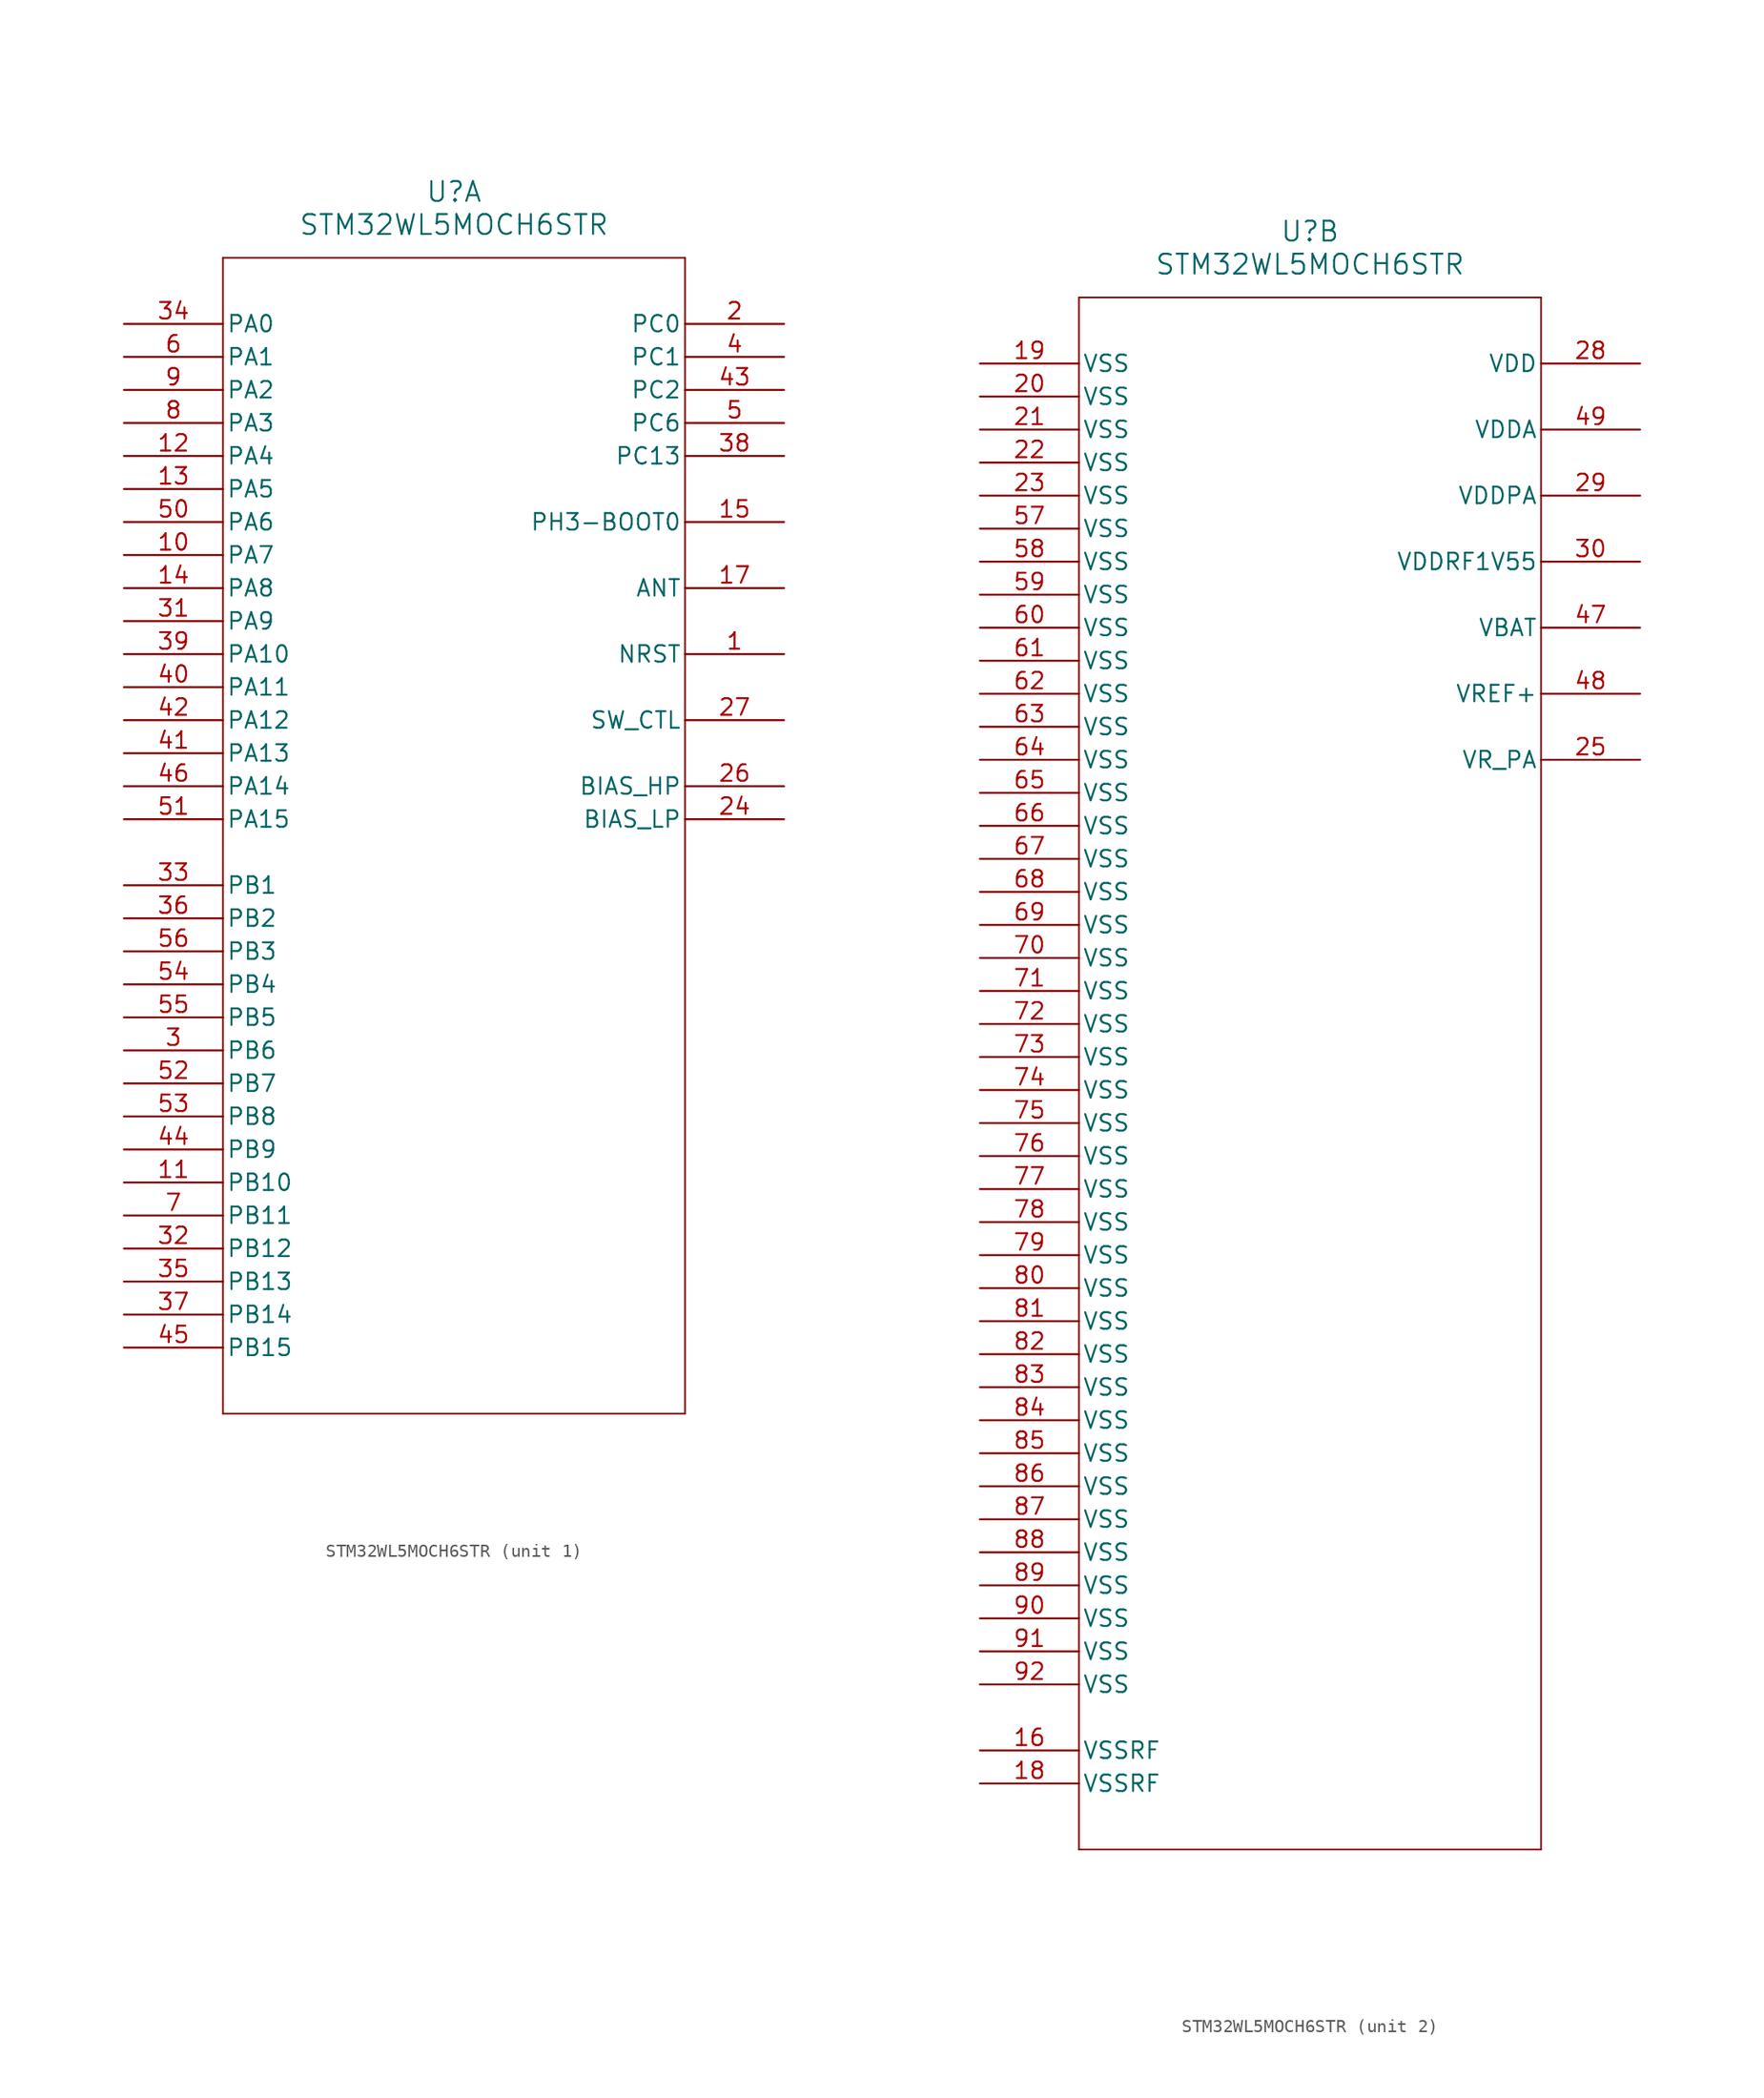
<source format=kicad_sym>
(kicad_symbol_lib
  (version 20211014)
  (generator kicad_symbol_editor)
  (symbol "STM32WL5MOCH6STR"
    (pin_names
      (offset 0.254))
    (property "Reference" "U"
      (at 25.4 10.16 0)
      (effects (font (size 1.524 1.524))))
    (property "Value" "STM32WL5MOCH6STR"
      (at 25.4 7.62 0)
      (effects (font (size 1.524 1.524))))
    (symbol "STM32WL5MOCH6STR_1_1"
      (polyline (pts (xy 7.62 5.08) (xy 7.62 -83.82)) (stroke (width 0.127) (type default) (color 0 0 0 0)) (fill (type none)))
      (polyline (pts (xy 7.62 -83.82) (xy 43.18 -83.82)) (stroke (width 0.127) (type default) (color 0 0 0 0)) (fill (type none)))
      (polyline (pts (xy 43.18 -83.82) (xy 43.18 5.08)) (stroke (width 0.127) (type default) (color 0 0 0 0)) (fill (type none)))
      (polyline (pts (xy 43.18 5.08) (xy 7.62 5.08)) (stroke (width 0.127) (type default) (color 0 0 0 0)) (fill (type none)))
      (pin bidirectional line (at 50.8 -25.4 180) (length 7.62) (name "NRST" (effects (font (size 1.27 1.27)))) (number "1" (effects (font (size 1.27 1.27)))))
      (pin bidirectional line (at 50.8 0 180) (length 7.62) (name "PC0" (effects (font (size 1.27 1.27)))) (number "2" (effects (font (size 1.27 1.27)))))
      (pin bidirectional line (at 0 -55.88 0) (length 7.62) (name "PB6" (effects (font (size 1.27 1.27)))) (number "3" (effects (font (size 1.27 1.27)))))
      (pin bidirectional line (at 50.8 -2.54 180) (length 7.62) (name "PC1" (effects (font (size 1.27 1.27)))) (number "4" (effects (font (size 1.27 1.27)))))
      (pin bidirectional line (at 50.8 -7.62 180) (length 7.62) (name "PC6" (effects (font (size 1.27 1.27)))) (number "5" (effects (font (size 1.27 1.27)))))
      (pin bidirectional line (at 0 -2.54 0) (length 7.62) (name "PA1" (effects (font (size 1.27 1.27)))) (number "6" (effects (font (size 1.27 1.27)))))
      (pin bidirectional line (at 0 -68.58 0) (length 7.62) (name "PB11" (effects (font (size 1.27 1.27)))) (number "7" (effects (font (size 1.27 1.27)))))
      (pin bidirectional line (at 0 -7.62 0) (length 7.62) (name "PA3" (effects (font (size 1.27 1.27)))) (number "8" (effects (font (size 1.27 1.27)))))
      (pin bidirectional line (at 0 -5.08 0) (length 7.62) (name "PA2" (effects (font (size 1.27 1.27)))) (number "9" (effects (font (size 1.27 1.27)))))
      (pin bidirectional line (at 0 -17.78 0) (length 7.62) (name "PA7" (effects (font (size 1.27 1.27)))) (number "10" (effects (font (size 1.27 1.27)))))
      (pin bidirectional line (at 0 -66.04 0) (length 7.62) (name "PB10" (effects (font (size 1.27 1.27)))) (number "11" (effects (font (size 1.27 1.27)))))
      (pin bidirectional line (at 0 -10.16 0) (length 7.62) (name "PA4" (effects (font (size 1.27 1.27)))) (number "12" (effects (font (size 1.27 1.27)))))
      (pin bidirectional line (at 0 -12.7 0) (length 7.62) (name "PA5" (effects (font (size 1.27 1.27)))) (number "13" (effects (font (size 1.27 1.27)))))
      (pin bidirectional line (at 0 -20.32 0) (length 7.62) (name "PA8" (effects (font (size 1.27 1.27)))) (number "14" (effects (font (size 1.27 1.27)))))
      (pin bidirectional line (at 50.8 -15.24 180) (length 7.62) (name "PH3-BOOT0" (effects (font (size 1.27 1.27)))) (number "15" (effects (font (size 1.27 1.27)))))
      (pin unspecified line (at 50.8 -20.32 180) (length 7.62) (name "ANT" (effects (font (size 1.27 1.27)))) (number "17" (effects (font (size 1.27 1.27)))))
      (pin bidirectional line (at 50.8 -38.1 180) (length 7.62) (name "BIAS_LP" (effects (font (size 1.27 1.27)))) (number "24" (effects (font (size 1.27 1.27)))))
      (pin bidirectional line (at 50.8 -35.56 180) (length 7.62) (name "BIAS_HP" (effects (font (size 1.27 1.27)))) (number "26" (effects (font (size 1.27 1.27)))))
      (pin bidirectional line (at 50.8 -30.48 180) (length 7.62) (name "SW_CTL" (effects (font (size 1.27 1.27)))) (number "27" (effects (font (size 1.27 1.27)))))
      (pin bidirectional line (at 0 -22.86 0) (length 7.62) (name "PA9" (effects (font (size 1.27 1.27)))) (number "31" (effects (font (size 1.27 1.27)))))
      (pin bidirectional line (at 0 -71.12 0) (length 7.62) (name "PB12" (effects (font (size 1.27 1.27)))) (number "32" (effects (font (size 1.27 1.27)))))
      (pin bidirectional line (at 0 -43.18 0) (length 7.62) (name "PB1" (effects (font (size 1.27 1.27)))) (number "33" (effects (font (size 1.27 1.27)))))
      (pin bidirectional line (at 0 0 0) (length 7.62) (name "PA0" (effects (font (size 1.27 1.27)))) (number "34" (effects (font (size 1.27 1.27)))))
      (pin bidirectional line (at 0 -73.66 0) (length 7.62) (name "PB13" (effects (font (size 1.27 1.27)))) (number "35" (effects (font (size 1.27 1.27)))))
      (pin bidirectional line (at 0 -45.72 0) (length 7.62) (name "PB2" (effects (font (size 1.27 1.27)))) (number "36" (effects (font (size 1.27 1.27)))))
      (pin bidirectional line (at 0 -76.2 0) (length 7.62) (name "PB14" (effects (font (size 1.27 1.27)))) (number "37" (effects (font (size 1.27 1.27)))))
      (pin bidirectional line (at 50.8 -10.16 180) (length 7.62) (name "PC13" (effects (font (size 1.27 1.27)))) (number "38" (effects (font (size 1.27 1.27)))))
      (pin bidirectional line (at 0 -25.4 0) (length 7.62) (name "PA10" (effects (font (size 1.27 1.27)))) (number "39" (effects (font (size 1.27 1.27)))))
      (pin bidirectional line (at 0 -27.94 0) (length 7.62) (name "PA11" (effects (font (size 1.27 1.27)))) (number "40" (effects (font (size 1.27 1.27)))))
      (pin bidirectional line (at 0 -33.02 0) (length 7.62) (name "PA13" (effects (font (size 1.27 1.27)))) (number "41" (effects (font (size 1.27 1.27)))))
      (pin bidirectional line (at 0 -30.48 0) (length 7.62) (name "PA12" (effects (font (size 1.27 1.27)))) (number "42" (effects (font (size 1.27 1.27)))))
      (pin bidirectional line (at 50.8 -5.08 180) (length 7.62) (name "PC2" (effects (font (size 1.27 1.27)))) (number "43" (effects (font (size 1.27 1.27)))))
      (pin bidirectional line (at 0 -63.5 0) (length 7.62) (name "PB9" (effects (font (size 1.27 1.27)))) (number "44" (effects (font (size 1.27 1.27)))))
      (pin bidirectional line (at 0 -78.74 0) (length 7.62) (name "PB15" (effects (font (size 1.27 1.27)))) (number "45" (effects (font (size 1.27 1.27)))))
      (pin bidirectional line (at 0 -35.56 0) (length 7.62) (name "PA14" (effects (font (size 1.27 1.27)))) (number "46" (effects (font (size 1.27 1.27)))))
      (pin bidirectional line (at 0 -15.24 0) (length 7.62) (name "PA6" (effects (font (size 1.27 1.27)))) (number "50" (effects (font (size 1.27 1.27)))))
      (pin bidirectional line (at 0 -38.1 0) (length 7.62) (name "PA15" (effects (font (size 1.27 1.27)))) (number "51" (effects (font (size 1.27 1.27)))))
      (pin bidirectional line (at 0 -58.42 0) (length 7.62) (name "PB7" (effects (font (size 1.27 1.27)))) (number "52" (effects (font (size 1.27 1.27)))))
      (pin bidirectional line (at 0 -60.96 0) (length 7.62) (name "PB8" (effects (font (size 1.27 1.27)))) (number "53" (effects (font (size 1.27 1.27)))))
      (pin bidirectional line (at 0 -50.8 0) (length 7.62) (name "PB4" (effects (font (size 1.27 1.27)))) (number "54" (effects (font (size 1.27 1.27)))))
      (pin bidirectional line (at 0 -53.34 0) (length 7.62) (name "PB5" (effects (font (size 1.27 1.27)))) (number "55" (effects (font (size 1.27 1.27)))))
      (pin bidirectional line (at 0 -48.26 0) (length 7.62) (name "PB3" (effects (font (size 1.27 1.27)))) (number "56" (effects (font (size 1.27 1.27))))))
    (symbol "STM32WL5MOCH6STR_2_1"
      (polyline (pts (xy 7.62 5.08) (xy 7.62 -114.3)) (stroke (width 0.127) (type default) (color 0 0 0 0)) (fill (type none)))
      (polyline (pts (xy 7.62 -114.3) (xy 43.18 -114.3)) (stroke (width 0.127) (type default) (color 0 0 0 0)) (fill (type none)))
      (polyline (pts (xy 43.18 -114.3) (xy 43.18 5.08)) (stroke (width 0.127) (type default) (color 0 0 0 0)) (fill (type none)))
      (polyline (pts (xy 43.18 5.08) (xy 7.62 5.08)) (stroke (width 0.127) (type default) (color 0 0 0 0)) (fill (type none)))
      (pin power_in line (at 0 -106.68 0) (length 7.62) (name "VSSRF" (effects (font (size 1.27 1.27)))) (number "16" (effects (font (size 1.27 1.27)))))
      (pin power_in line (at 0 -109.22 0) (length 7.62) (name "VSSRF" (effects (font (size 1.27 1.27)))) (number "18" (effects (font (size 1.27 1.27)))))
      (pin power_in line (at 0 0 0) (length 7.62) (name "VSS" (effects (font (size 1.27 1.27)))) (number "19" (effects (font (size 1.27 1.27)))))
      (pin power_in line (at 0 -2.54 0) (length 7.62) (name "VSS" (effects (font (size 1.27 1.27)))) (number "20" (effects (font (size 1.27 1.27)))))
      (pin power_in line (at 0 -5.08 0) (length 7.62) (name "VSS" (effects (font (size 1.27 1.27)))) (number "21" (effects (font (size 1.27 1.27)))))
      (pin power_in line (at 0 -7.62 0) (length 7.62) (name "VSS" (effects (font (size 1.27 1.27)))) (number "22" (effects (font (size 1.27 1.27)))))
      (pin power_in line (at 0 -10.16 0) (length 7.62) (name "VSS" (effects (font (size 1.27 1.27)))) (number "23" (effects (font (size 1.27 1.27)))))
      (pin bidirectional line (at 50.8 -30.48 180) (length 7.62) (name "VR_PA" (effects (font (size 1.27 1.27)))) (number "25" (effects (font (size 1.27 1.27)))))
      (pin power_in line (at 50.8 0 180) (length 7.62) (name "VDD" (effects (font (size 1.27 1.27)))) (number "28" (effects (font (size 1.27 1.27)))))
      (pin power_in line (at 50.8 -10.16 180) (length 7.62) (name "VDDPA" (effects (font (size 1.27 1.27)))) (number "29" (effects (font (size 1.27 1.27)))))
      (pin power_in line (at 50.8 -15.24 180) (length 7.62) (name "VDDRF1V55" (effects (font (size 1.27 1.27)))) (number "30" (effects (font (size 1.27 1.27)))))
      (pin power_in line (at 50.8 -20.32 180) (length 7.62) (name "VBAT" (effects (font (size 1.27 1.27)))) (number "47" (effects (font (size 1.27 1.27)))))
      (pin power_in line (at 50.8 -25.4 180) (length 7.62) (name "VREF+" (effects (font (size 1.27 1.27)))) (number "48" (effects (font (size 1.27 1.27)))))
      (pin power_in line (at 50.8 -5.08 180) (length 7.62) (name "VDDA" (effects (font (size 1.27 1.27)))) (number "49" (effects (font (size 1.27 1.27)))))
      (pin power_in line (at 0 -12.7 0) (length 7.62) (name "VSS" (effects (font (size 1.27 1.27)))) (number "57" (effects (font (size 1.27 1.27)))))
      (pin power_in line (at 0 -15.24 0) (length 7.62) (name "VSS" (effects (font (size 1.27 1.27)))) (number "58" (effects (font (size 1.27 1.27)))))
      (pin power_in line (at 0 -17.78 0) (length 7.62) (name "VSS" (effects (font (size 1.27 1.27)))) (number "59" (effects (font (size 1.27 1.27)))))
      (pin power_in line (at 0 -20.32 0) (length 7.62) (name "VSS" (effects (font (size 1.27 1.27)))) (number "60" (effects (font (size 1.27 1.27)))))
      (pin power_in line (at 0 -22.86 0) (length 7.62) (name "VSS" (effects (font (size 1.27 1.27)))) (number "61" (effects (font (size 1.27 1.27)))))
      (pin power_in line (at 0 -25.4 0) (length 7.62) (name "VSS" (effects (font (size 1.27 1.27)))) (number "62" (effects (font (size 1.27 1.27)))))
      (pin power_in line (at 0 -27.94 0) (length 7.62) (name "VSS" (effects (font (size 1.27 1.27)))) (number "63" (effects (font (size 1.27 1.27)))))
      (pin power_in line (at 0 -30.48 0) (length 7.62) (name "VSS" (effects (font (size 1.27 1.27)))) (number "64" (effects (font (size 1.27 1.27)))))
      (pin power_in line (at 0 -33.02 0) (length 7.62) (name "VSS" (effects (font (size 1.27 1.27)))) (number "65" (effects (font (size 1.27 1.27)))))
      (pin power_in line (at 0 -35.56 0) (length 7.62) (name "VSS" (effects (font (size 1.27 1.27)))) (number "66" (effects (font (size 1.27 1.27)))))
      (pin power_in line (at 0 -38.1 0) (length 7.62) (name "VSS" (effects (font (size 1.27 1.27)))) (number "67" (effects (font (size 1.27 1.27)))))
      (pin power_in line (at 0 -40.64 0) (length 7.62) (name "VSS" (effects (font (size 1.27 1.27)))) (number "68" (effects (font (size 1.27 1.27)))))
      (pin power_in line (at 0 -43.18 0) (length 7.62) (name "VSS" (effects (font (size 1.27 1.27)))) (number "69" (effects (font (size 1.27 1.27)))))
      (pin power_in line (at 0 -45.72 0) (length 7.62) (name "VSS" (effects (font (size 1.27 1.27)))) (number "70" (effects (font (size 1.27 1.27)))))
      (pin power_in line (at 0 -48.26 0) (length 7.62) (name "VSS" (effects (font (size 1.27 1.27)))) (number "71" (effects (font (size 1.27 1.27)))))
      (pin power_in line (at 0 -50.8 0) (length 7.62) (name "VSS" (effects (font (size 1.27 1.27)))) (number "72" (effects (font (size 1.27 1.27)))))
      (pin power_in line (at 0 -53.34 0) (length 7.62) (name "VSS" (effects (font (size 1.27 1.27)))) (number "73" (effects (font (size 1.27 1.27)))))
      (pin power_in line (at 0 -55.88 0) (length 7.62) (name "VSS" (effects (font (size 1.27 1.27)))) (number "74" (effects (font (size 1.27 1.27)))))
      (pin power_in line (at 0 -58.42 0) (length 7.62) (name "VSS" (effects (font (size 1.27 1.27)))) (number "75" (effects (font (size 1.27 1.27)))))
      (pin power_in line (at 0 -60.96 0) (length 7.62) (name "VSS" (effects (font (size 1.27 1.27)))) (number "76" (effects (font (size 1.27 1.27)))))
      (pin power_in line (at 0 -63.5 0) (length 7.62) (name "VSS" (effects (font (size 1.27 1.27)))) (number "77" (effects (font (size 1.27 1.27)))))
      (pin power_in line (at 0 -66.04 0) (length 7.62) (name "VSS" (effects (font (size 1.27 1.27)))) (number "78" (effects (font (size 1.27 1.27)))))
      (pin power_in line (at 0 -68.58 0) (length 7.62) (name "VSS" (effects (font (size 1.27 1.27)))) (number "79" (effects (font (size 1.27 1.27)))))
      (pin power_in line (at 0 -71.12 0) (length 7.62) (name "VSS" (effects (font (size 1.27 1.27)))) (number "80" (effects (font (size 1.27 1.27)))))
      (pin power_in line (at 0 -73.66 0) (length 7.62) (name "VSS" (effects (font (size 1.27 1.27)))) (number "81" (effects (font (size 1.27 1.27)))))
      (pin power_in line (at 0 -76.2 0) (length 7.62) (name "VSS" (effects (font (size 1.27 1.27)))) (number "82" (effects (font (size 1.27 1.27)))))
      (pin power_in line (at 0 -78.74 0) (length 7.62) (name "VSS" (effects (font (size 1.27 1.27)))) (number "83" (effects (font (size 1.27 1.27)))))
      (pin power_in line (at 0 -81.28 0) (length 7.62) (name "VSS" (effects (font (size 1.27 1.27)))) (number "84" (effects (font (size 1.27 1.27)))))
      (pin power_in line (at 0 -83.82 0) (length 7.62) (name "VSS" (effects (font (size 1.27 1.27)))) (number "85" (effects (font (size 1.27 1.27)))))
      (pin power_in line (at 0 -86.36 0) (length 7.62) (name "VSS" (effects (font (size 1.27 1.27)))) (number "86" (effects (font (size 1.27 1.27)))))
      (pin power_in line (at 0 -88.9 0) (length 7.62) (name "VSS" (effects (font (size 1.27 1.27)))) (number "87" (effects (font (size 1.27 1.27)))))
      (pin power_in line (at 0 -91.44 0) (length 7.62) (name "VSS" (effects (font (size 1.27 1.27)))) (number "88" (effects (font (size 1.27 1.27)))))
      (pin power_in line (at 0 -93.98 0) (length 7.62) (name "VSS" (effects (font (size 1.27 1.27)))) (number "89" (effects (font (size 1.27 1.27)))))
      (pin power_in line (at 0 -96.52 0) (length 7.62) (name "VSS" (effects (font (size 1.27 1.27)))) (number "90" (effects (font (size 1.27 1.27)))))
      (pin power_in line (at 0 -99.06 0) (length 7.62) (name "VSS" (effects (font (size 1.27 1.27)))) (number "91" (effects (font (size 1.27 1.27)))))
      (pin power_in line (at 0 -101.6 0) (length 7.62) (name "VSS" (effects (font (size 1.27 1.27)))) (number "92" (effects (font (size 1.27 1.27))))))))
</source>
